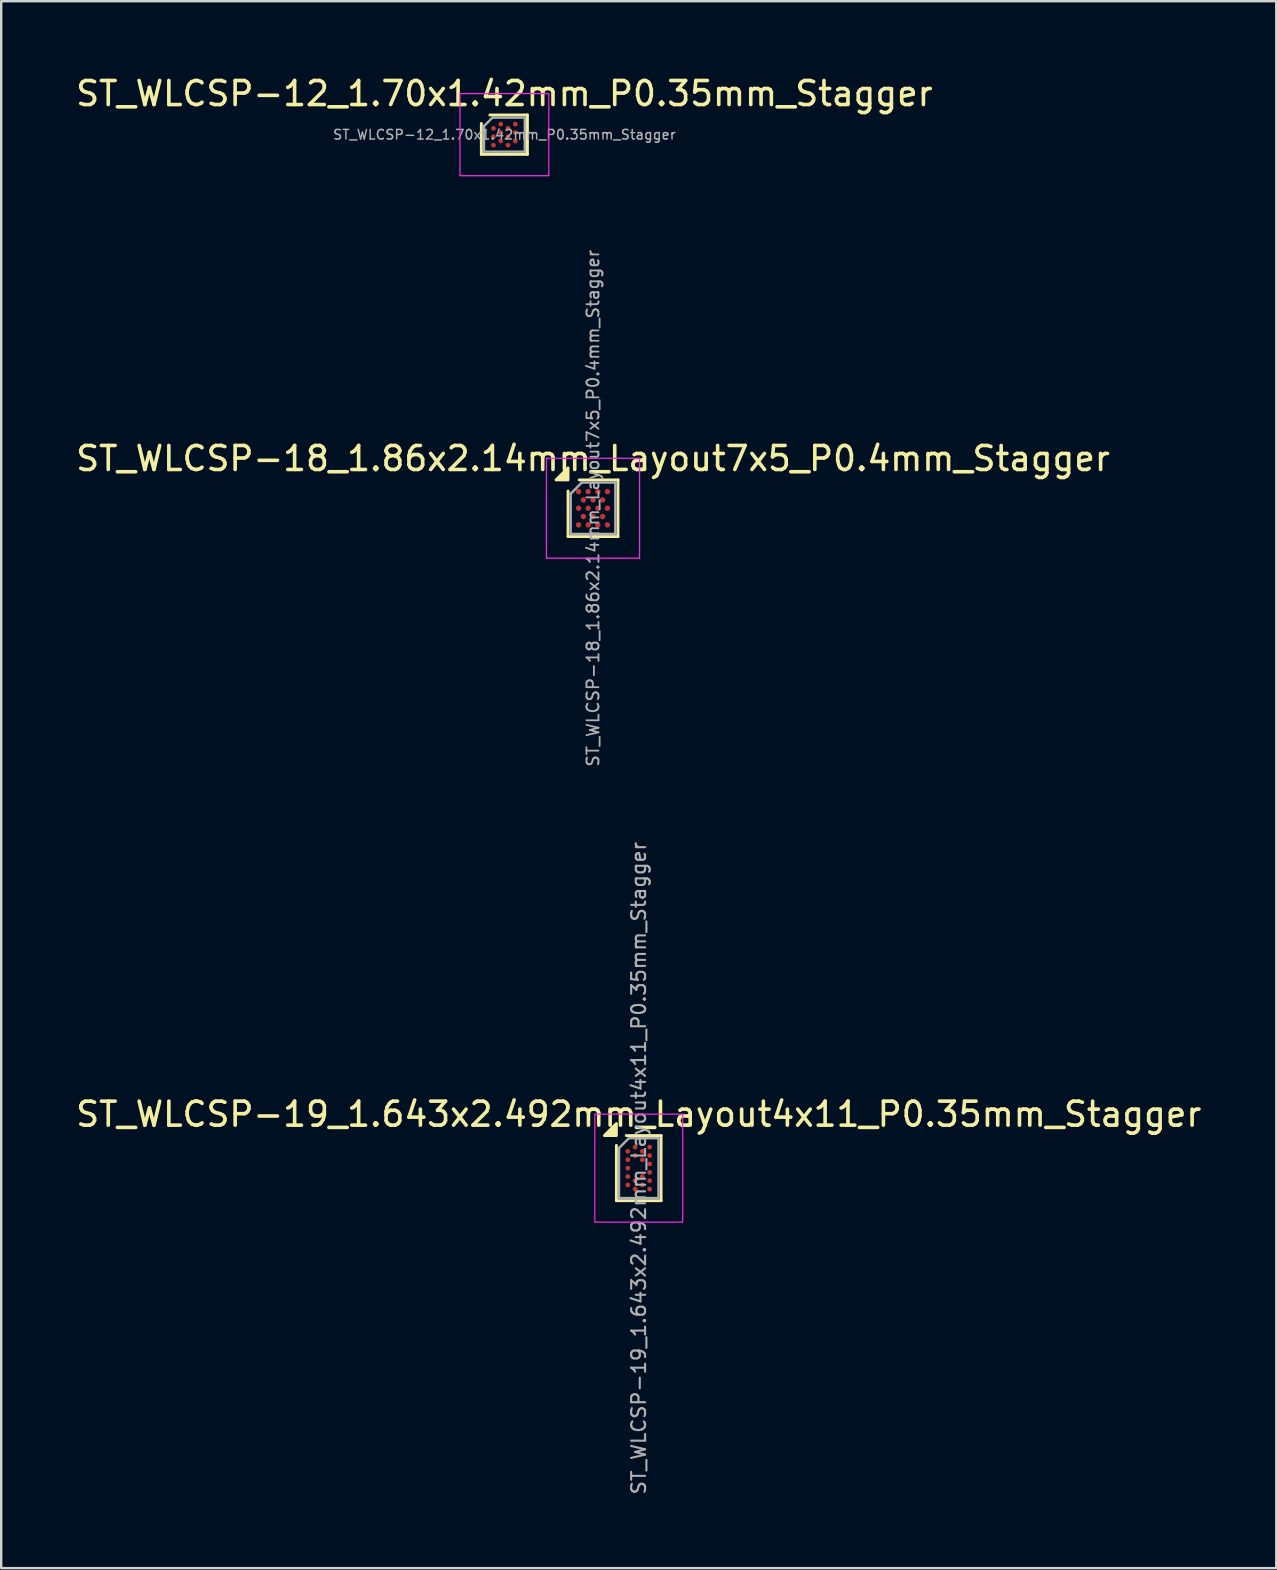
<source format=kicad_pcb>
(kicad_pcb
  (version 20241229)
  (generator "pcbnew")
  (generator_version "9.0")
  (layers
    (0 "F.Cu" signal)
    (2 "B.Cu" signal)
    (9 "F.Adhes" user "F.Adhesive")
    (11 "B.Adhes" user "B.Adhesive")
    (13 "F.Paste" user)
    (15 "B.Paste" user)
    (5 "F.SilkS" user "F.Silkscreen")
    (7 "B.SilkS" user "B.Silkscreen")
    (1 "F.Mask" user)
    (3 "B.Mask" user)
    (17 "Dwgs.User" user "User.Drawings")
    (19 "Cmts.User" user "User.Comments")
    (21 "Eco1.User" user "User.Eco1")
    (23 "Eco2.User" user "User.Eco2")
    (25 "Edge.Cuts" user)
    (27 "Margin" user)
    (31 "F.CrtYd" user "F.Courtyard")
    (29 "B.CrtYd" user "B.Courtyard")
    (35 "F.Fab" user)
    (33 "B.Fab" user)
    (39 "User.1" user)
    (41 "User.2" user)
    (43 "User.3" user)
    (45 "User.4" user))
  (footprint "ST_WLCSP-18_1.86x2.14mm_Layout7x5_P0.4mm_Stagger"
    (layer "F.Cu")
    (at 21.649 18.118)
    (property "Reference" "ST_WLCSP-18_1.86x2.14mm_Layout7x5_P0.4mm_Stagger" (at 0 -2.07 0) (layer "F.SilkS") (effects (font (size 1 1) (thickness 0.15))))
    (attr smd)
    (fp_line (start -1.04 1.18) (end -1.04 -0.715) (stroke (width 0.12) (type solid)) (layer "F.SilkS"))
    (fp_line (start -0.575 -1.18) (end 1.04 -1.18) (stroke (width 0.12) (type solid)) (layer "F.SilkS"))
    (fp_line (start 1.04 -1.18) (end 1.04 1.18) (stroke (width 0.12) (type solid)) (layer "F.SilkS"))
    (fp_line (start 1.04 1.18) (end -1.04 1.18) (stroke (width 0.12) (type solid)) (layer "F.SilkS"))
    (fp_poly (pts (xy -1.04 -1.18) (xy -1.54 -1.18) (xy -1.04 -1.68) (xy -1.04 -1.18)) (stroke (width 0.12) (type solid)) (fill yes) (layer "F.SilkS"))
    (fp_line (start -1.94 -2.08) (end -1.94 2.08) (stroke (width 0.05) (type solid)) (layer "F.CrtYd"))
    (fp_line (start -1.94 2.08) (end 1.94 2.08) (stroke (width 0.05) (type solid)) (layer "F.CrtYd"))
    (fp_line (start 1.94 -2.08) (end -1.94 -2.08) (stroke (width 0.05) (type solid)) (layer "F.CrtYd"))
    (fp_line (start 1.94 2.08) (end 1.94 -2.08) (stroke (width 0.05) (type solid)) (layer "F.CrtYd"))
    (fp_line (start -0.93 -0.605) (end -0.465 -1.07) (stroke (width 0.1) (type solid)) (layer "F.Fab"))
    (fp_line (start -0.93 1.07) (end -0.93 -0.605) (stroke (width 0.1) (type solid)) (layer "F.Fab"))
    (fp_line (start -0.465 -1.07) (end 0.93 -1.07) (stroke (width 0.1) (type solid)) (layer "F.Fab"))
    (fp_line (start 0.93 -1.07) (end 0.93 1.07) (stroke (width 0.1) (type solid)) (layer "F.Fab"))
    (fp_line (start 0.93 1.07) (end -0.93 1.07) (stroke (width 0.1) (type solid)) (layer "F.Fab"))
    (fp_text user "${REFERENCE}" (at 0 0 270) (layer "F.Fab") (effects (font (size 0.5 0.5) (thickness 0.075))))
    (pad "A1" smd circle (at -0.6 -0.693) (size 0.225 0.225) (property pad_prop_bga) (layers "F.Cu" "F.Mask" "F.Paste"))
    (pad "A3" smd circle (at -0.2 -0.693) (size 0.225 0.225) (property pad_prop_bga) (layers "F.Cu" "F.Mask" "F.Paste"))
    (pad "A5" smd circle (at 0.2 -0.693) (size 0.225 0.225) (property pad_prop_bga) (layers "F.Cu" "F.Mask" "F.Paste"))
    (pad "A7" smd circle (at 0.6 -0.693) (size 0.225 0.225) (property pad_prop_bga) (layers "F.Cu" "F.Mask" "F.Paste"))
    (pad "B2" smd circle (at -0.4 -0.346) (size 0.225 0.225) (property pad_prop_bga) (layers "F.Cu" "F.Mask" "F.Paste"))
    (pad "B4" smd circle (at 0 -0.346) (size 0.225 0.225) (property pad_prop_bga) (layers "F.Cu" "F.Mask" "F.Paste"))
    (pad "B6" smd circle (at 0.4 -0.346) (size 0.225 0.225) (property pad_prop_bga) (layers "F.Cu" "F.Mask" "F.Paste"))
    (pad "C1" smd circle (at -0.6 0) (size 0.225 0.225) (property pad_prop_bga) (layers "F.Cu" "F.Mask" "F.Paste"))
    (pad "C3" smd circle (at -0.2 0) (size 0.225 0.225) (property pad_prop_bga) (layers "F.Cu" "F.Mask" "F.Paste"))
    (pad "C5" smd circle (at 0.2 0) (size 0.225 0.225) (property pad_prop_bga) (layers "F.Cu" "F.Mask" "F.Paste"))
    (pad "C7" smd circle (at 0.6 0) (size 0.225 0.225) (property pad_prop_bga) (layers "F.Cu" "F.Mask" "F.Paste"))
    (pad "D2" smd circle (at -0.4 0.346) (size 0.225 0.225) (property pad_prop_bga) (layers "F.Cu" "F.Mask" "F.Paste"))
    (pad "D4" smd circle (at 0 0.346) (size 0.225 0.225) (property pad_prop_bga) (layers "F.Cu" "F.Mask" "F.Paste"))
    (pad "D6" smd circle (at 0.4 0.346) (size 0.225 0.225) (property pad_prop_bga) (layers "F.Cu" "F.Mask" "F.Paste"))
    (pad "E1" smd circle (at -0.6 0.693) (size 0.225 0.225) (property pad_prop_bga) (layers "F.Cu" "F.Mask" "F.Paste"))
    (pad "E3" smd circle (at -0.2 0.693) (size 0.225 0.225) (property pad_prop_bga) (layers "F.Cu" "F.Mask" "F.Paste"))
    (pad "E5" smd circle (at 0.2 0.693) (size 0.225 0.225) (property pad_prop_bga) (layers "F.Cu" "F.Mask" "F.Paste"))
    (pad "E7" smd circle (at 0.6 0.693) (size 0.225 0.225) (property pad_prop_bga) (layers "F.Cu" "F.Mask" "F.Paste")))
  (footprint "ST_WLCSP-12_1.70x1.42mm_P0.35mm_Stagger"
    (layer "F.Cu")
    (at 17.958 2.558)
    (property "Reference" "ST_WLCSP-12_1.70x1.42mm_P0.35mm_Stagger" (at 0 -1.71 0) (layer "F.SilkS") (effects (font (size 1 1) (thickness 0.15))))
    (attr smd)
    (fp_line (start -0.96 0.82) (end -0.96 -0.465) (stroke (width 0.12) (type solid)) (layer "F.SilkS"))
    (fp_line (start -0.605 -0.82) (end 0.96 -0.82) (stroke (width 0.12) (type solid)) (layer "F.SilkS"))
    (fp_line (start 0.96 -0.82) (end 0.96 0.82) (stroke (width 0.12) (type solid)) (layer "F.SilkS"))
    (fp_line (start 0.96 0.82) (end -0.96 0.82) (stroke (width 0.12) (type solid)) (layer "F.SilkS"))
    (fp_line (start -1.85 -1.71) (end -1.85 1.71) (stroke (width 0.05) (type solid)) (layer "F.CrtYd"))
    (fp_line (start -1.85 1.71) (end 1.85 1.71) (stroke (width 0.05) (type solid)) (layer "F.CrtYd"))
    (fp_line (start 1.85 -1.71) (end -1.85 -1.71) (stroke (width 0.05) (type solid)) (layer "F.CrtYd"))
    (fp_line (start 1.85 1.71) (end 1.85 -1.71) (stroke (width 0.05) (type solid)) (layer "F.CrtYd"))
    (fp_line (start -0.85 -0.355) (end -0.495 -0.71) (stroke (width 0.1) (type solid)) (layer "F.Fab"))
    (fp_line (start -0.85 0.71) (end -0.85 -0.355) (stroke (width 0.1) (type solid)) (layer "F.Fab"))
    (fp_line (start -0.495 -0.71) (end 0.85 -0.71) (stroke (width 0.1) (type solid)) (layer "F.Fab"))
    (fp_line (start 0.85 -0.71) (end 0.85 0.71) (stroke (width 0.1) (type solid)) (layer "F.Fab"))
    (fp_line (start 0.85 0.71) (end -0.85 0.71) (stroke (width 0.1) (type solid)) (layer "F.Fab"))
    (fp_text user "${REFERENCE}" (at 0 0 0) (layer "F.Fab") (effects (font (size 0.4 0.4) (thickness 0.06))))
    (pad "A2" smd circle (at -0.152 -0.438) (size 0.2 0.2) (property pad_prop_bga) (layers "F.Cu" "F.Mask" "F.Paste"))
    (pad "A4" smd circle (at 0.455 -0.438) (size 0.2 0.2) (property pad_prop_bga) (layers "F.Cu" "F.Mask" "F.Paste"))
    (pad "B1" smd circle (at -0.455 -0.263) (size 0.2 0.2) (property pad_prop_bga) (layers "F.Cu" "F.Mask" "F.Paste"))
    (pad "B3" smd circle (at 0.152 -0.263) (size 0.2 0.2) (property pad_prop_bga) (layers "F.Cu" "F.Mask" "F.Paste"))
    (pad "C2" smd circle (at -0.152 -0.087) (size 0.2 0.2) (property pad_prop_bga) (layers "F.Cu" "F.Mask" "F.Paste"))
    (pad "C4" smd circle (at 0.455 -0.087) (size 0.2 0.2) (property pad_prop_bga) (layers "F.Cu" "F.Mask" "F.Paste"))
    (pad "D1" smd circle (at -0.455 0.087) (size 0.2 0.2) (property pad_prop_bga) (layers "F.Cu" "F.Mask" "F.Paste"))
    (pad "D3" smd circle (at 0.152 0.087) (size 0.2 0.2) (property pad_prop_bga) (layers "F.Cu" "F.Mask" "F.Paste"))
    (pad "E2" smd circle (at -0.152 0.263) (size 0.2 0.2) (property pad_prop_bga) (layers "F.Cu" "F.Mask" "F.Paste"))
    (pad "E4" smd circle (at 0.455 0.263) (size 0.2 0.2) (property pad_prop_bga) (layers "F.Cu" "F.Mask" "F.Paste"))
    (pad "F1" smd circle (at -0.455 0.438) (size 0.2 0.2) (property pad_prop_bga) (layers "F.Cu" "F.Mask" "F.Paste"))
    (pad "F3" smd circle (at 0.152 0.438) (size 0.2 0.2) (property pad_prop_bga) (layers "F.Cu" "F.Mask" "F.Paste")))
  (footprint "ST_WLCSP-19_1.643x2.492mm_Layout4x11_P0.35mm_Stagger"
    (layer "F.Cu")
    (at 23.554 45.603)
    (property "Reference" "ST_WLCSP-19_1.643x2.492mm_Layout4x11_P0.35mm_Stagger" (at 0 -2.246 0) (layer "F.SilkS") (effects (font (size 1 1) (thickness 0.15))))
    (attr smd)
    (fp_line (start -0.931 1.356) (end -0.931 -0.945) (stroke (width 0.12) (type solid)) (layer "F.SilkS"))
    (fp_line (start -0.521 -1.356) (end 0.931 -1.356) (stroke (width 0.12) (type solid)) (layer "F.SilkS"))
    (fp_line (start 0.931 -1.356) (end 0.931 1.356) (stroke (width 0.12) (type solid)) (layer "F.SilkS"))
    (fp_line (start 0.931 1.356) (end -0.931 1.356) (stroke (width 0.12) (type solid)) (layer "F.SilkS"))
    (fp_poly (pts (xy -0.931 -1.356) (xy -1.431 -1.356) (xy -0.931 -1.856)) (stroke (width 0.12) (type solid)) (fill yes) (layer "F.SilkS"))
    (fp_rect (start -1.83 -2.25) (end 1.83 2.25) (stroke (width 0.05) (type solid)) (fill no) (layer "F.CrtYd"))
    (fp_line (start -0.822 -0.835) (end -0.411 -1.246) (stroke (width 0.1) (type solid)) (layer "F.Fab"))
    (fp_line (start -0.822 1.246) (end -0.822 -0.835) (stroke (width 0.1) (type solid)) (layer "F.Fab"))
    (fp_line (start -0.411 -1.246) (end 0.822 -1.246) (stroke (width 0.1) (type solid)) (layer "F.Fab"))
    (fp_line (start 0.822 -1.246) (end 0.822 1.246) (stroke (width 0.1) (type solid)) (layer "F.Fab"))
    (fp_line (start 0.822 1.246) (end -0.822 1.246) (stroke (width 0.1) (type solid)) (layer "F.Fab"))
    (fp_text user "${REFERENCE}" (at 0 0 270) (layer "F.Fab") (effects (font (size 0.58 0.58) (thickness 0.087))))
    (pad "A2" smd circle (at -0.152 -0.875) (size 0.2 0.2) (property pad_prop_bga) (layers "F.Cu" "F.Mask" "F.Paste"))
    (pad "A4" smd circle (at 0.455 -0.875) (size 0.2 0.2) (property pad_prop_bga) (layers "F.Cu" "F.Mask" "F.Paste"))
    (pad "B1" smd circle (at -0.455 -0.7) (size 0.2 0.2) (property pad_prop_bga) (layers "F.Cu" "F.Mask" "F.Paste"))
    (pad "B3" smd circle (at 0.152 -0.7) (size 0.2 0.2) (property pad_prop_bga) (layers "F.Cu" "F.Mask" "F.Paste"))
    (pad "C2" smd circle (at -0.152 -0.525) (size 0.2 0.2) (property pad_prop_bga) (layers "F.Cu" "F.Mask" "F.Paste"))
    (pad "C4" smd circle (at 0.455 -0.525) (size 0.2 0.2) (property pad_prop_bga) (layers "F.Cu" "F.Mask" "F.Paste"))
    (pad "D1" smd circle (at -0.455 -0.35) (size 0.2 0.2) (property pad_prop_bga) (layers "F.Cu" "F.Mask" "F.Paste"))
    (pad "D3" smd circle (at 0.152 -0.35) (size 0.2 0.2) (property pad_prop_bga) (layers "F.Cu" "F.Mask" "F.Paste"))
    (pad "E4" smd circle (at 0.455 -0.175) (size 0.2 0.2) (property pad_prop_bga) (layers "F.Cu" "F.Mask" "F.Paste"))
    (pad "F1" smd circle (at -0.455 0) (size 0.2 0.2) (property pad_prop_bga) (layers "F.Cu" "F.Mask" "F.Paste"))
    (pad "G4" smd circle (at 0.455 0.175) (size 0.2 0.2) (property pad_prop_bga) (layers "F.Cu" "F.Mask" "F.Paste"))
    (pad "H1" smd circle (at -0.455 0.35) (size 0.2 0.2) (property pad_prop_bga) (layers "F.Cu" "F.Mask" "F.Paste"))
    (pad "H3" smd circle (at 0.152 0.35) (size 0.2 0.2) (property pad_prop_bga) (layers "F.Cu" "F.Mask" "F.Paste"))
    (pad "J2" smd circle (at -0.152 0.525) (size 0.2 0.2) (property pad_prop_bga) (layers "F.Cu" "F.Mask" "F.Paste"))
    (pad "J4" smd circle (at 0.455 0.525) (size 0.2 0.2) (property pad_prop_bga) (layers "F.Cu" "F.Mask" "F.Paste"))
    (pad "K1" smd circle (at -0.455 0.7) (size 0.2 0.2) (property pad_prop_bga) (layers "F.Cu" "F.Mask" "F.Paste"))
    (pad "K3" smd circle (at 0.152 0.7) (size 0.2 0.2) (property pad_prop_bga) (layers "F.Cu" "F.Mask" "F.Paste"))
    (pad "L2" smd circle (at -0.152 0.875) (size 0.2 0.2) (property pad_prop_bga) (layers "F.Cu" "F.Mask" "F.Paste"))
    (pad "L4" smd circle (at 0.455 0.875) (size 0.2 0.2) (property pad_prop_bga) (layers "F.Cu" "F.Mask" "F.Paste")))
  (gr_rect
    (start -3 -3)
    (end 50.107 62.264)
    (stroke (width 0.1) (type default))
    (fill no)
    (layer "Edge.Cuts")))
</source>
